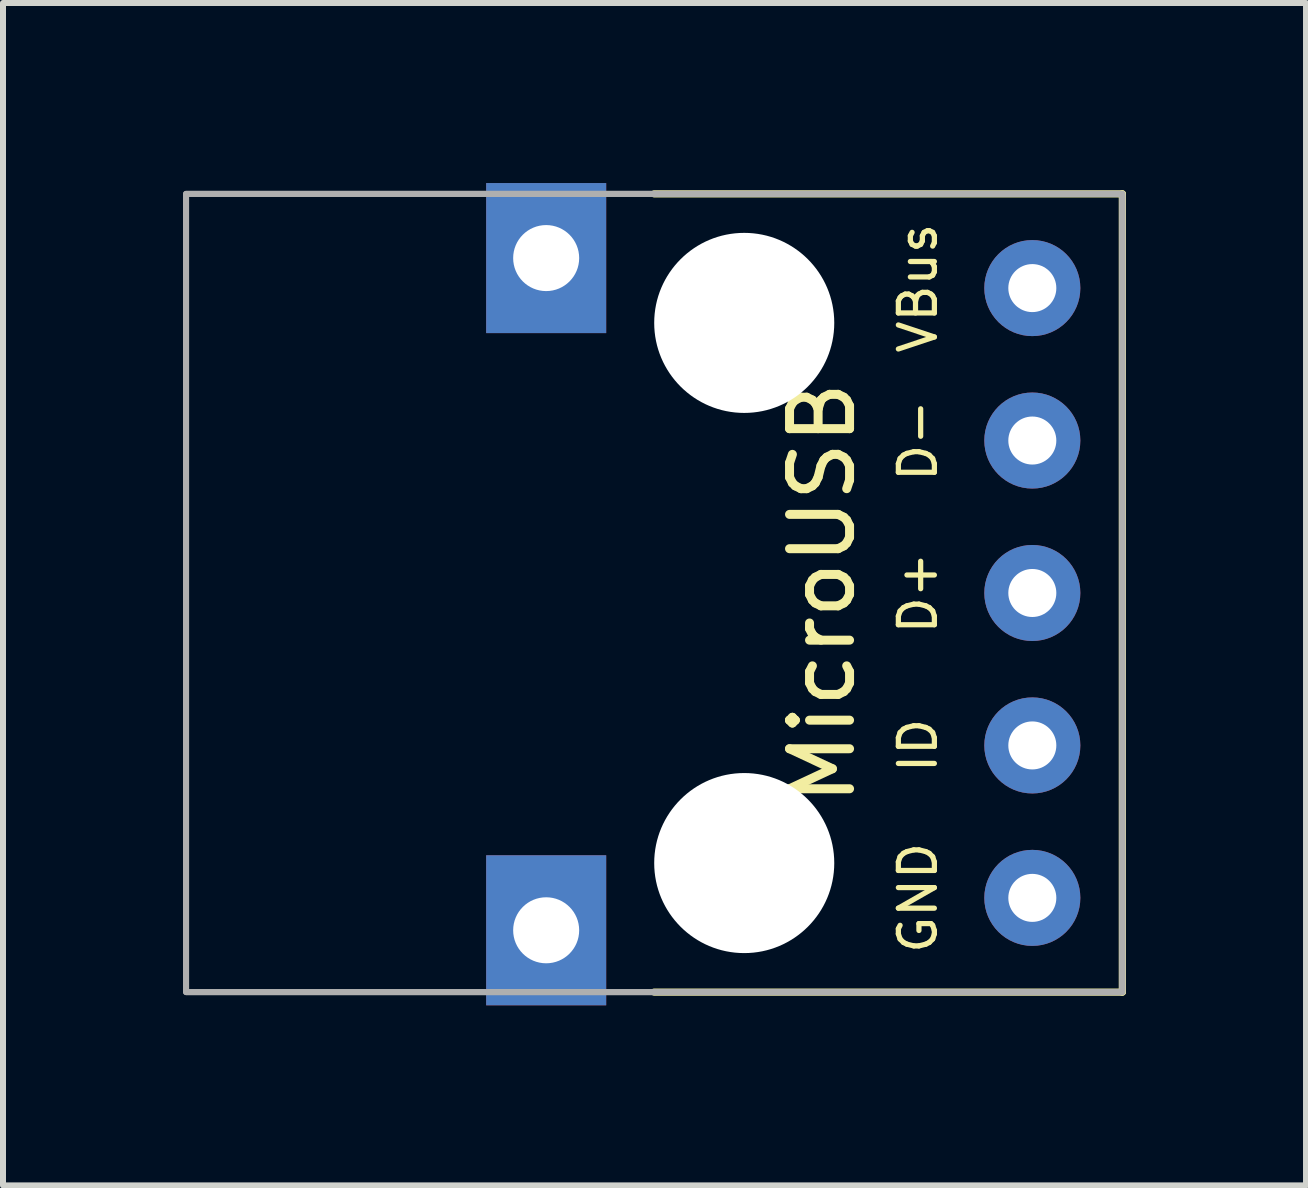
<source format=kicad_pcb>
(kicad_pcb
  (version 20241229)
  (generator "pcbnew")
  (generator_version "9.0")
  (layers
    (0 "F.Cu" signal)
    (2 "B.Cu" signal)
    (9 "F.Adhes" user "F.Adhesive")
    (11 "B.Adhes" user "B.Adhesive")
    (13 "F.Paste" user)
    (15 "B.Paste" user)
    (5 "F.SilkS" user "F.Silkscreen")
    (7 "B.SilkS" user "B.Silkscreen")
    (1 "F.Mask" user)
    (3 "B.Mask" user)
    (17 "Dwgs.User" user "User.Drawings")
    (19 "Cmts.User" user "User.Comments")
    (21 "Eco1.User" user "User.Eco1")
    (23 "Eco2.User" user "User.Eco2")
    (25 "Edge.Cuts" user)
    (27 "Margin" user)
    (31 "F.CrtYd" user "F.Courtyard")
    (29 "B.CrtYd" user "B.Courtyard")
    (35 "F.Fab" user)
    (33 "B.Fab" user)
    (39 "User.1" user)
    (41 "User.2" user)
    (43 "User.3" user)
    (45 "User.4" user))
  (footprint "MicroUSB"
    (layer "F.Cu")
    (at 14.15 6.83)
    (property "Reference" "MicroUSB" (at -3.5 0 90) (unlocked yes) (layer "F.SilkS") (effects (font (size 1 1) (thickness 0.15))))
    (attr through_hole)
    (fp_line (start -6.3 -6.65) (end 1.5 -6.65) (stroke (width 0.12) (type default)) (layer "F.SilkS"))
    (fp_line (start 1.5 -6.65) (end 1.5 6.65) (stroke (width 0.12) (type default)) (layer "F.SilkS"))
    (fp_line (start 1.5 6.65) (end -6.3 6.65) (stroke (width 0.12) (type default)) (layer "F.SilkS"))
    (fp_rect (start -14.1 -6.65) (end 1.5 6.65) (stroke (width 0.1) (type default)) (fill no) (layer "F.Fab"))
    (fp_rect (start -14.1 -6.65) (end 1.5 6.65) (stroke (width 0.1) (type default)) (fill no) (layer "F.Fab"))
    (fp_text user "D+" (at -1.905 0 90) (unlocked yes) (layer "F.SilkS") (effects (font (size 0.6 0.6) (thickness 0.087))))
    (fp_text user "D-" (at -1.905 -2.54 90) (unlocked yes) (layer "F.SilkS") (effects (font (size 0.6 0.6) (thickness 0.087))))
    (fp_text user "ID" (at -1.905 2.54 90) (unlocked yes) (layer "F.SilkS") (effects (font (size 0.6 0.6) (thickness 0.087))))
    (fp_text user "GND" (at -1.905 5.08 90) (unlocked yes) (layer "F.SilkS") (effects (font (size 0.6 0.6) (thickness 0.087))))
    (fp_text user "VBus" (at -1.905 -5.08 90) (unlocked yes) (layer "F.SilkS") (effects (font (size 0.6 0.6) (thickness 0.087))))
    (pad "" np_thru_hole circle (at -4.8 -4.5) (size 3 3) (drill 3) (layers "*.Cu" "*.Mask"))
    (pad "" np_thru_hole circle (at -4.8 4.5) (size 3 3) (drill 3) (layers "*.Cu" "*.Mask"))
    (pad "1" thru_hole circle (at 0 -5.08) (size 1.6 1.6) (drill 0.8) (layers "*.Cu" "*.Mask"))
    (pad "2" thru_hole circle (at 0 -2.54) (size 1.6 1.6) (drill 0.8) (layers "*.Cu" "*.Mask"))
    (pad "3" thru_hole circle (at 0 0) (size 1.6 1.6) (drill 0.8) (layers "*.Cu" "*.Mask"))
    (pad "4" thru_hole circle (at 0 2.54) (size 1.6 1.6) (drill 0.8) (layers "*.Cu" "*.Mask"))
    (pad "5" thru_hole circle (at 0 5.08) (size 1.6 1.6) (drill 0.8) (layers "*.Cu" "*.Mask"))
    (pad "6" thru_hole rect (at -8.1 -5.58) (size 2 2.5) (drill 1.1) (layers "*.Cu" "*.Mask"))
    (pad "6" thru_hole rect (at -8.1 5.62) (size 2 2.5) (drill 1.1) (layers "*.Cu" "*.Mask")))
  (gr_rect
    (start -3 -3)
    (end 18.71 16.7)
    (stroke (width 0.1) (type default))
    (fill no)
    (layer "Edge.Cuts")))
</source>
